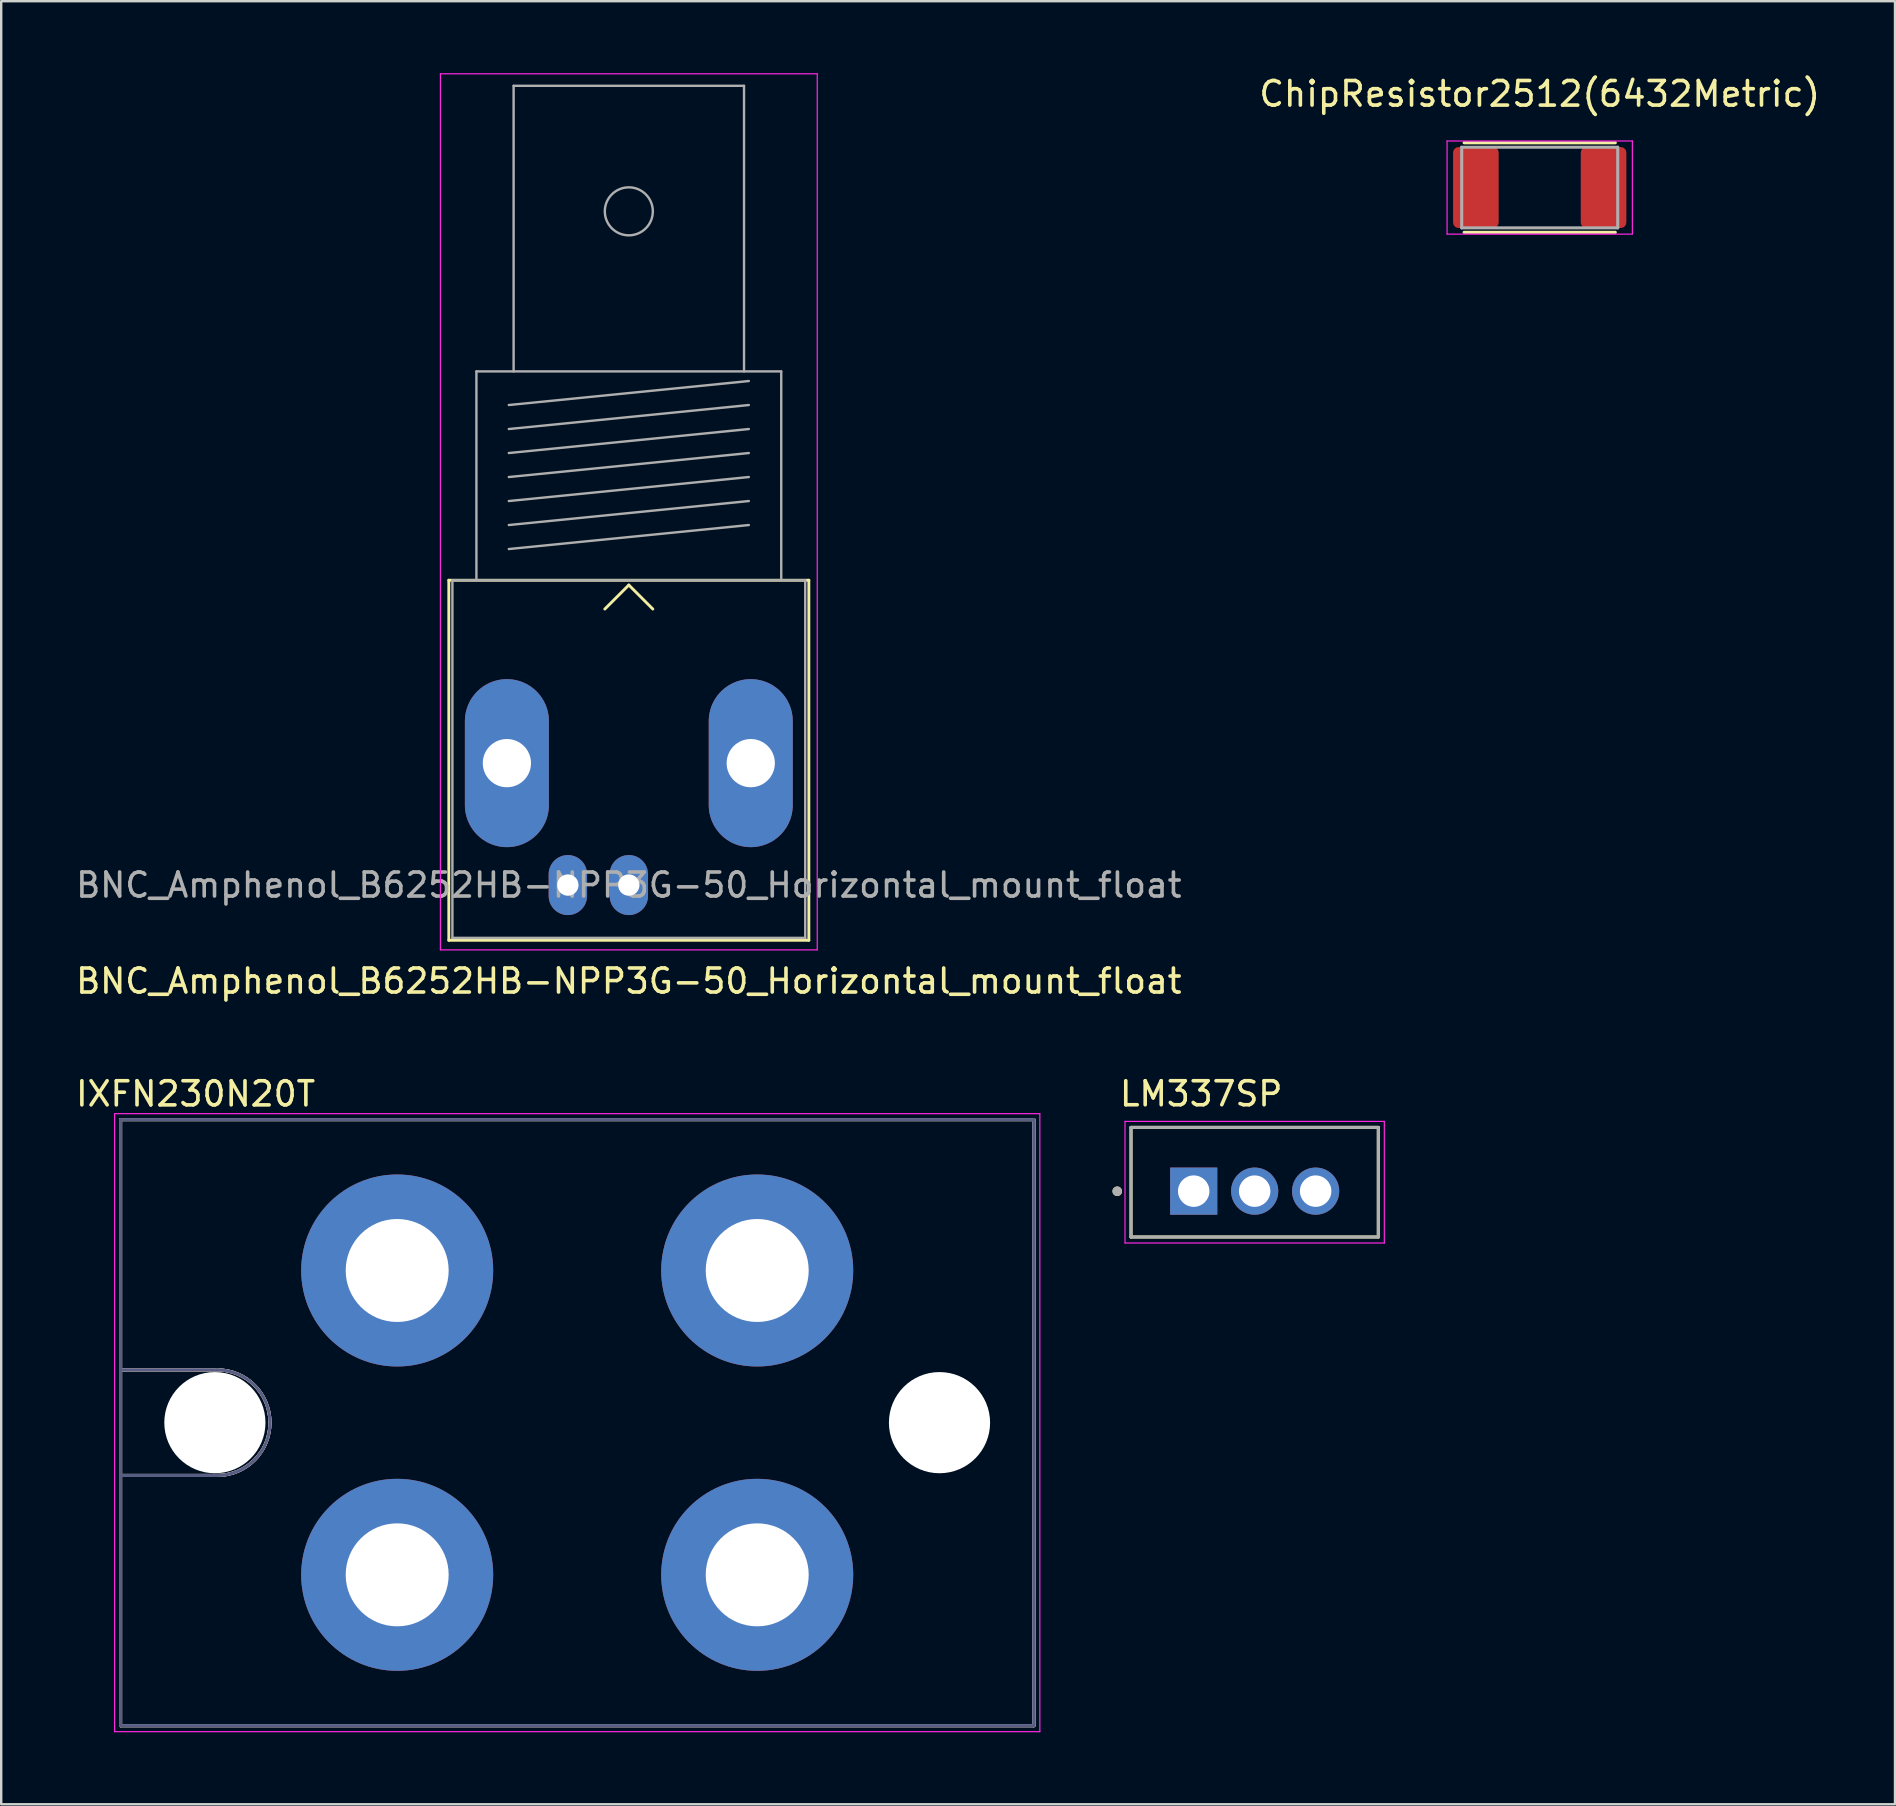
<source format=kicad_pcb>
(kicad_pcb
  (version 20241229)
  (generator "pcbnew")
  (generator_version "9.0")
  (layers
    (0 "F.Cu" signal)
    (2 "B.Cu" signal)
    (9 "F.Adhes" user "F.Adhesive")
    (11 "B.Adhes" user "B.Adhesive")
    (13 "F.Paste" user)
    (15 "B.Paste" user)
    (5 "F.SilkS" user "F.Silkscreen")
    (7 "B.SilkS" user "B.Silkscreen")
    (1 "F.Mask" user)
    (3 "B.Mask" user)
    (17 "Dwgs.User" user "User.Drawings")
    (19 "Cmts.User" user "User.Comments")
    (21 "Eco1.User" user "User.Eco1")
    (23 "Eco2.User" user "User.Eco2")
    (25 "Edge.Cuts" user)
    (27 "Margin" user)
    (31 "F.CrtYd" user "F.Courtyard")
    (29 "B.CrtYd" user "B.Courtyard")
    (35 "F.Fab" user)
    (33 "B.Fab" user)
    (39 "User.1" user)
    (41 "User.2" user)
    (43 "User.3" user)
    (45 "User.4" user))
  (footprint "BNC_Amphenol_B6252HB-NPP3G-50_Horizontal_mount_float"
    (layer "F.Cu")
    (at 23.149 33.825)
    (property "Reference" "BNC_Amphenol_B6252HB-NPP3G-50_Horizontal_mount_float" (at 0 4 0) (layer "F.SilkS") (effects (font (size 1 1) (thickness 0.15))))
    (attr through_hole)
    (fp_line (start -7.5 -12.7) (end 7.5 -12.7) (stroke (width 0.12) (type solid)) (layer "F.SilkS"))
    (fp_line (start -7.5 2.3) (end -7.5 -12.7) (stroke (width 0.12) (type solid)) (layer "F.SilkS"))
    (fp_line (start 0 -12.5) (end -1 -11.5) (stroke (width 0.12) (type solid)) (layer "F.SilkS"))
    (fp_line (start 0 -12.5) (end 1 -11.5) (stroke (width 0.12) (type solid)) (layer "F.SilkS"))
    (fp_line (start 7.5 -12.7) (end 7.5 2.3) (stroke (width 0.12) (type solid)) (layer "F.SilkS"))
    (fp_line (start 7.5 2.3) (end -7.5 2.3) (stroke (width 0.12) (type solid)) (layer "F.SilkS"))
    (fp_line (start -7.85 2.7) (end -7.85 -33.8) (stroke (width 0.05) (type solid)) (layer "F.CrtYd"))
    (fp_line (start -7.85 2.7) (end 7.85 2.7) (stroke (width 0.05) (type solid)) (layer "F.CrtYd"))
    (fp_line (start 7.85 -33.8) (end -7.85 -33.8) (stroke (width 0.05) (type solid)) (layer "F.CrtYd"))
    (fp_line (start 7.85 2.7) (end 7.85 -33.8) (stroke (width 0.05) (type solid)) (layer "F.CrtYd"))
    (fp_line (start -7.35 -12.7) (end -7.35 2.2) (stroke (width 0.1) (type solid)) (layer "F.Fab"))
    (fp_line (start -7.35 2.2) (end 7.35 2.2) (stroke (width 0.1) (type solid)) (layer "F.Fab"))
    (fp_line (start -6.35 -21.4) (end -6.35 -12.7) (stroke (width 0.1) (type solid)) (layer "F.Fab"))
    (fp_line (start -5 -20) (end 5 -21) (stroke (width 0.1) (type solid)) (layer "F.Fab"))
    (fp_line (start -5 -19) (end 5 -20) (stroke (width 0.1) (type solid)) (layer "F.Fab"))
    (fp_line (start -5 -18) (end 5 -19) (stroke (width 0.1) (type solid)) (layer "F.Fab"))
    (fp_line (start -5 -17) (end 5 -18) (stroke (width 0.1) (type solid)) (layer "F.Fab"))
    (fp_line (start -5 -16) (end 5 -17) (stroke (width 0.1) (type solid)) (layer "F.Fab"))
    (fp_line (start -5 -15) (end 5 -16) (stroke (width 0.1) (type solid)) (layer "F.Fab"))
    (fp_line (start -5 -14) (end 5 -15) (stroke (width 0.1) (type solid)) (layer "F.Fab"))
    (fp_line (start -4.8 -33.3) (end -4.8 -21.4) (stroke (width 0.1) (type solid)) (layer "F.Fab"))
    (fp_line (start 4.8 -33.3) (end -4.8 -33.3) (stroke (width 0.1) (type solid)) (layer "F.Fab"))
    (fp_line (start 4.8 -21.4) (end 4.8 -33.3) (stroke (width 0.1) (type solid)) (layer "F.Fab"))
    (fp_line (start 6.35 -21.4) (end -6.35 -21.4) (stroke (width 0.1) (type solid)) (layer "F.Fab"))
    (fp_line (start 6.35 -12.7) (end 6.35 -21.4) (stroke (width 0.1) (type solid)) (layer "F.Fab"))
    (fp_line (start 7.35 -12.7) (end -7.35 -12.7) (stroke (width 0.1) (type solid)) (layer "F.Fab"))
    (fp_line (start 7.35 2.2) (end 7.35 -12.7) (stroke (width 0.1) (type solid)) (layer "F.Fab"))
    (fp_circle (center 0 -28.07) (end 1 -28.07) (stroke (width 0.1) (type solid)) (fill no) (layer "F.Fab"))
    (fp_text user "${REFERENCE}" (at 0 0 0) (layer "F.Fab") (effects (font (size 1 1) (thickness 0.15))))
    (pad "1" thru_hole oval (at 0 0) (size 1.6 2.5) (drill 0.89) (layers "*.Cu" "*.Mask"))
    (pad "2" thru_hole oval (at -2.54 0) (size 1.6 2.5) (drill 0.89) (layers "*.Cu" "*.Mask"))
    (pad "3" thru_hole oval (at -5.08 -5.08) (size 3.5 7) (drill 2.01) (layers "*.Cu" "*.Mask"))
    (pad "3" thru_hole oval (at 5.08 -5.08) (size 3.5 7) (drill 2.01) (layers "*.Cu" "*.Mask")))
  (footprint "IXFN230N20T"
    (layer "F.Cu")
    (at 20.998 56.223)
    (property "Reference" "IXFN230N20T" (at -15.899 -13.698 0) (layer "F.SilkS") (effects (font (size 1.005 1.005) (thickness 0.15))))
    (attr through_hole)
    (fp_line (start -19.025 -12.625) (end 19.025 -12.625) (stroke (width 0.127) (type solid)) (layer "F.SilkS"))
    (fp_line (start -19.025 -2.2) (end -19.025 -12.625) (stroke (width 0.127) (type solid)) (layer "F.SilkS"))
    (fp_line (start -19.025 -2.2) (end -15 -2.2) (stroke (width 0.127) (type solid)) (layer "F.SilkS"))
    (fp_line (start -19.025 2.2) (end -19.025 -2.2) (stroke (width 0.127) (type solid)) (layer "F.SilkS"))
    (fp_line (start -19.025 2.2) (end -15 2.2) (stroke (width 0.127) (type solid)) (layer "F.SilkS"))
    (fp_line (start -19.025 12.625) (end -19.025 2.2) (stroke (width 0.127) (type solid)) (layer "F.SilkS"))
    (fp_line (start 19.025 -12.625) (end 19.025 12.625) (stroke (width 0.127) (type solid)) (layer "F.SilkS"))
    (fp_line (start 19.025 12.625) (end -19.025 12.625) (stroke (width 0.127) (type solid)) (layer "F.SilkS"))
    (fp_arc (start -15 -2.2) (mid -12.8 0) (end -15 2.2) (stroke (width 0.127) (type solid)) (layer "F.SilkS"))
    (fp_line (start -19.025 -12.625) (end 19.025 -12.625) (stroke (width 0.127) (type solid)) (layer "B.SilkS"))
    (fp_line (start -19.025 -2.2) (end -19.025 -12.625) (stroke (width 0.127) (type solid)) (layer "B.SilkS"))
    (fp_line (start -19.025 -2.2) (end -15 -2.2) (stroke (width 0.127) (type solid)) (layer "B.SilkS"))
    (fp_line (start -19.025 2.2) (end -19.025 -2.2) (stroke (width 0.127) (type solid)) (layer "B.SilkS"))
    (fp_line (start -19.025 2.2) (end -15 2.2) (stroke (width 0.127) (type solid)) (layer "B.SilkS"))
    (fp_line (start -19.025 12.625) (end -19.025 2.2) (stroke (width 0.127) (type solid)) (layer "B.SilkS"))
    (fp_line (start 19.025 -12.625) (end 19.025 12.625) (stroke (width 0.127) (type solid)) (layer "B.SilkS"))
    (fp_line (start 19.025 12.625) (end -19.025 12.625) (stroke (width 0.127) (type solid)) (layer "B.SilkS"))
    (fp_arc (start -15 -2.2) (mid -12.8 0) (end -15 2.2) (stroke (width 0.127) (type solid)) (layer "B.SilkS"))
    (fp_line (start -19.275 -12.875) (end 19.275 -12.875) (stroke (width 0.05) (type solid)) (layer "F.CrtYd"))
    (fp_line (start -19.275 12.875) (end -19.275 -12.875) (stroke (width 0.05) (type solid)) (layer "F.CrtYd"))
    (fp_line (start 19.275 -12.875) (end 19.275 12.875) (stroke (width 0.05) (type solid)) (layer "F.CrtYd"))
    (fp_line (start 19.275 12.875) (end -19.275 12.875) (stroke (width 0.05) (type solid)) (layer "F.CrtYd"))
    (fp_line (start -19.025 -12.625) (end 19.025 -12.625) (stroke (width 0.127) (type solid)) (layer "B.Fab"))
    (fp_line (start -19.025 -2.2) (end -19.025 -12.625) (stroke (width 0.127) (type solid)) (layer "B.Fab"))
    (fp_line (start -19.025 -2.2) (end -15 -2.2) (stroke (width 0.127) (type solid)) (layer "B.Fab"))
    (fp_line (start -19.025 2.2) (end -19.025 -2.2) (stroke (width 0.127) (type solid)) (layer "B.Fab"))
    (fp_line (start -19.025 2.2) (end -15 2.2) (stroke (width 0.127) (type solid)) (layer "B.Fab"))
    (fp_line (start -19.025 12.625) (end -19.025 2.2) (stroke (width 0.127) (type solid)) (layer "B.Fab"))
    (fp_line (start 19.025 -12.625) (end 19.025 12.625) (stroke (width 0.127) (type solid)) (layer "B.Fab"))
    (fp_line (start 19.025 12.625) (end -19.025 12.625) (stroke (width 0.127) (type solid)) (layer "B.Fab"))
    (fp_arc (start -15 -2.2) (mid -12.8 0) (end -15 2.2) (stroke (width 0.127) (type solid)) (layer "B.Fab"))
    (fp_line (start -19.025 -12.625) (end 19.025 -12.625) (stroke (width 0.127) (type solid)) (layer "F.Fab"))
    (fp_line (start -19.025 -2.2) (end -19.025 -12.625) (stroke (width 0.127) (type solid)) (layer "F.Fab"))
    (fp_line (start -19.025 -2.2) (end -15 -2.2) (stroke (width 0.127) (type solid)) (layer "F.Fab"))
    (fp_line (start -19.025 2.2) (end -19.025 -2.2) (stroke (width 0.127) (type solid)) (layer "F.Fab"))
    (fp_line (start -19.025 2.2) (end -15 2.2) (stroke (width 0.127) (type solid)) (layer "F.Fab"))
    (fp_line (start -19.025 12.625) (end -19.025 2.2) (stroke (width 0.127) (type solid)) (layer "F.Fab"))
    (fp_line (start 19.025 -12.625) (end 19.025 12.625) (stroke (width 0.127) (type solid)) (layer "F.Fab"))
    (fp_line (start 19.025 12.625) (end -19.025 12.625) (stroke (width 0.127) (type solid)) (layer "F.Fab"))
    (fp_arc (start -15 -2.2) (mid -12.8 0) (end -15 2.2) (stroke (width 0.127) (type solid)) (layer "F.Fab"))
    (pad "" np_thru_hole circle (at -15.095 0) (size 4.215 4.215) (drill 4.215) (layers "*.Cu" "*.Mask"))
    (pad "" np_thru_hole circle (at 15.095 0) (size 4.215 4.215) (drill 4.215) (layers "*.Cu" "*.Mask"))
    (pad "1" thru_hole circle (at 7.5 -6.34) (size 8 8) (drill 4.29) (layers "*.Cu" "*.Mask"))
    (pad "2" thru_hole circle (at -7.5 -6.34) (size 8 8) (drill 4.29) (layers "*.Cu" "*.Mask"))
    (pad "3" thru_hole circle (at 7.5 6.34) (size 8 8) (drill 4.29) (layers "*.Cu" "*.Mask"))
    (pad "4" thru_hole circle (at -7.5 6.34) (size 8 8) (drill 4.29) (layers "*.Cu" "*.Mask")))
  (footprint "LM337SP"
    (layer "F.Cu")
    (at 49.224 46.205)
    (property "Reference" "LM337SP" (at -2.228 -3.683 0) (layer "F.SilkS") (effects (font (size 1 1) (thickness 0.15))))
    (attr through_hole)
    (fp_line (start -5.152 -2.283) (end 5.152 -2.283) (stroke (width 0.127) (type solid)) (layer "F.SilkS"))
    (fp_line (start -5.152 2.283) (end -5.152 -2.283) (stroke (width 0.127) (type solid)) (layer "F.SilkS"))
    (fp_line (start 5.152 -2.283) (end 5.152 2.283) (stroke (width 0.127) (type solid)) (layer "F.SilkS"))
    (fp_line (start 5.152 2.283) (end -5.152 2.283) (stroke (width 0.127) (type solid)) (layer "F.SilkS"))
    (fp_circle (center -5.726 0.377) (end -5.626 0.377) (stroke (width 0.2) (type solid)) (fill no) (layer "F.SilkS"))
    (fp_line (start -5.402 -2.533) (end -5.402 2.533) (stroke (width 0.05) (type solid)) (layer "F.CrtYd"))
    (fp_line (start -5.402 2.533) (end 5.402 2.533) (stroke (width 0.05) (type solid)) (layer "F.CrtYd"))
    (fp_line (start 5.402 -2.533) (end -5.402 -2.533) (stroke (width 0.05) (type solid)) (layer "F.CrtYd"))
    (fp_line (start 5.402 2.533) (end 5.402 -2.533) (stroke (width 0.05) (type solid)) (layer "F.CrtYd"))
    (fp_line (start -5.152 -2.283) (end 5.152 -2.283) (stroke (width 0.127) (type solid)) (layer "F.Fab"))
    (fp_line (start -5.152 2.283) (end -5.152 -2.283) (stroke (width 0.127) (type solid)) (layer "F.Fab"))
    (fp_line (start 5.152 -2.283) (end 5.152 2.283) (stroke (width 0.127) (type solid)) (layer "F.Fab"))
    (fp_line (start 5.152 2.283) (end -5.152 2.283) (stroke (width 0.127) (type solid)) (layer "F.Fab"))
    (fp_circle (center -5.726 0.377) (end -5.626 0.377) (stroke (width 0.2) (type solid)) (fill no) (layer "F.Fab"))
    (pad "1" thru_hole rect (at -2.54 0.372) (size 1.965 1.965) (drill 1.31) (layers "*.Cu" "*.Mask"))
    (pad "2" thru_hole circle (at 0 0.372) (size 1.965 1.965) (drill 1.31) (layers "*.Cu" "*.Mask"))
    (pad "3" thru_hole circle (at 2.54 0.372) (size 1.965 1.965) (drill 1.31) (layers "*.Cu" "*.Mask")))
  (footprint "ChipResistor2512(6432Metric)"
    (layer "F.Cu")
    (at 61.1 4.764)
    (property "Reference" "ChipResistor2512(6432Metric)" (at -0.00037 -3.902 0) (layer "F.SilkS") (effects (font (size 1.024 1.024) (thickness 0.15))))
    (attr smd)
    (fp_line (start -3.15 -1.865) (end 3.15 -1.865) (stroke (width 0.127) (type solid)) (layer "F.SilkS"))
    (fp_line (start -3.15 1.865) (end 3.15 1.865) (stroke (width 0.127) (type solid)) (layer "F.SilkS"))
    (fp_line (start -3.86 -1.94) (end 3.86 -1.94) (stroke (width 0.05) (type solid)) (layer "F.CrtYd"))
    (fp_line (start -3.86 1.94) (end -3.86 -1.94) (stroke (width 0.05) (type solid)) (layer "F.CrtYd"))
    (fp_line (start 3.86 -1.94) (end 3.86 1.94) (stroke (width 0.05) (type solid)) (layer "F.CrtYd"))
    (fp_line (start 3.86 1.94) (end -3.86 1.94) (stroke (width 0.05) (type solid)) (layer "F.CrtYd"))
    (fp_line (start -3.25 -1.68) (end -3.25 1.68) (stroke (width 0.127) (type solid)) (layer "F.Fab"))
    (fp_line (start -3.25 -1.68) (end 3.25 -1.68) (stroke (width 0.127) (type solid)) (layer "F.Fab"))
    (fp_line (start -3.25 1.68) (end 3.25 1.68) (stroke (width 0.127) (type solid)) (layer "F.Fab"))
    (fp_line (start 3.25 -1.68) (end 3.25 1.68) (stroke (width 0.127) (type solid)) (layer "F.Fab"))
    (pad "1" smd roundrect (at -2.66 0) (size 1.9 3.37) (layers "F.Cu" "F.Mask" "F.Paste") (roundrect_rratio 0.12))
    (pad "2" smd roundrect (at 2.66 0) (size 1.9 3.37) (layers "F.Cu" "F.Mask" "F.Paste") (roundrect_rratio 0.12)))
  (gr_rect
    (start -3 -3)
    (end 75.902 72.123)
    (stroke (width 0.1) (type default))
    (fill no)
    (layer "Edge.Cuts")))
</source>
